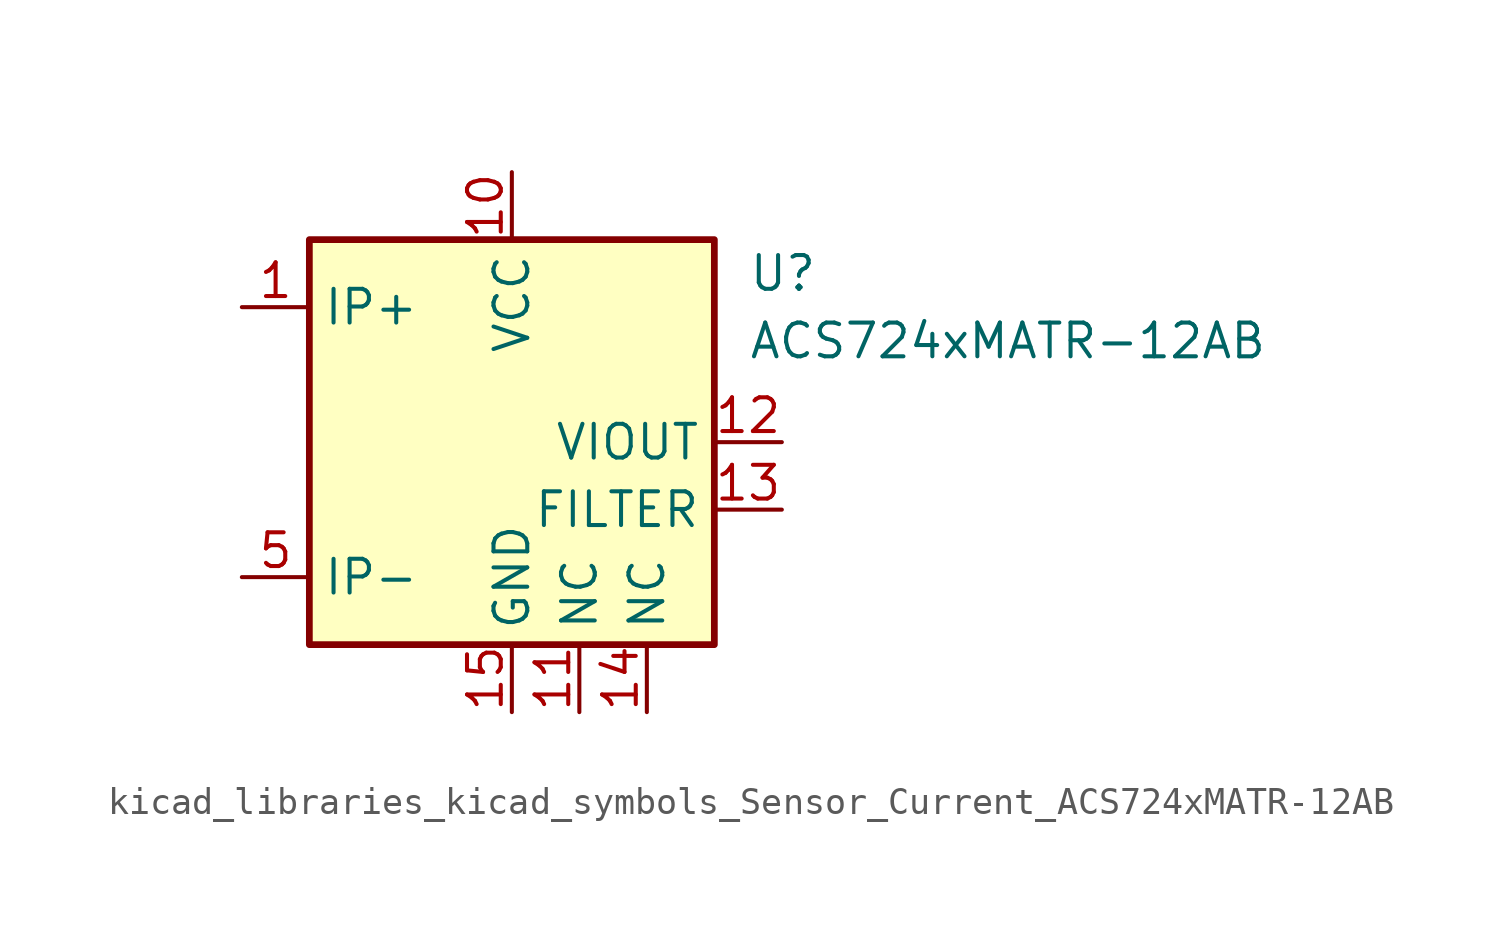
<source format=kicad_sym>
(kicad_symbol_lib
  (version 20220914)
  (generator kicad_symbol_editor)
  (symbol "kicad_libraries_kicad_symbols_Sensor_Current_ACS724xMATR-12AB"
    (property "Reference" "U"
      (at 8.89 6.35 0)
      (effects (font (size 1.27 1.27)) (justify left)))
    (property "Value" "ACS724xMATR-12AB"
      (at 8.89 3.81 0)
      (effects (font (size 1.27 1.27)) (justify left)))
    (symbol "kicad_libraries_kicad_symbols_Sensor_Current_ACS724xMATR-12AB_0_1"
      (rectangle (start -7.62 7.62) (end 7.62 -7.62) (stroke (width 0.254) (type default)) (fill (type background))))
    (symbol "kicad_libraries_kicad_symbols_Sensor_Current_ACS724xMATR-12AB_1_1"
      (pin passive line (at -10.16 5.08 0) (length 2.54) (name "IP+" (effects (font (size 1.27 1.27)))) (number "1" (effects (font (size 1.27 1.27)))))
      (pin power_in line (at 0 10.16 270) (length 2.54) (name "VCC" (effects (font (size 1.27 1.27)))) (number "10" (effects (font (size 1.27 1.27)))))
      (pin passive line (at 2.54 -10.16 90) (length 2.54) (name "NC" (effects (font (size 1.27 1.27)))) (number "11" (effects (font (size 1.27 1.27)))))
      (pin output line (at 10.16 0 180) (length 2.54) (name "VIOUT" (effects (font (size 1.27 1.27)))) (number "12" (effects (font (size 1.27 1.27)))))
      (pin passive line (at 10.16 -2.54 180) (length 2.54) (name "FILTER" (effects (font (size 1.27 1.27)))) (number "13" (effects (font (size 1.27 1.27)))))
      (pin passive line (at 5.08 -10.16 90) (length 2.54) (name "NC" (effects (font (size 1.27 1.27)))) (number "14" (effects (font (size 1.27 1.27)))))
      (pin power_in line (at 0 -10.16 90) (length 2.54) (name "GND" (effects (font (size 1.27 1.27)))) (number "15" (effects (font (size 1.27 1.27)))))
      (pin no_connect line (at 7.62 2.54 180) (length 2.54) hide (name "NC" (effects (font (size 1.27 1.27)))) (number "16" (effects (font (size 1.27 1.27)))))
      (pin passive line (at -10.16 5.08 0) (length 2.54) hide (name "IP+" (effects (font (size 1.27 1.27)))) (number "2" (effects (font (size 1.27 1.27)))))
      (pin passive line (at -10.16 5.08 0) (length 2.54) hide (name "IP+" (effects (font (size 1.27 1.27)))) (number "3" (effects (font (size 1.27 1.27)))))
      (pin passive line (at -10.16 5.08 0) (length 2.54) hide (name "IP+" (effects (font (size 1.27 1.27)))) (number "4" (effects (font (size 1.27 1.27)))))
      (pin passive line (at -10.16 -5.08 0) (length 2.54) (name "IP-" (effects (font (size 1.27 1.27)))) (number "5" (effects (font (size 1.27 1.27)))))
      (pin passive line (at -10.16 -5.08 0) (length 2.54) hide (name "IP-" (effects (font (size 1.27 1.27)))) (number "6" (effects (font (size 1.27 1.27)))))
      (pin passive line (at -10.16 -5.08 0) (length 2.54) hide (name "IP-" (effects (font (size 1.27 1.27)))) (number "7" (effects (font (size 1.27 1.27)))))
      (pin passive line (at -10.16 -5.08 0) (length 2.54) hide (name "IP-" (effects (font (size 1.27 1.27)))) (number "8" (effects (font (size 1.27 1.27)))))
      (pin no_connect line (at 7.62 5.08 180) (length 2.54) hide (name "NC" (effects (font (size 1.27 1.27)))) (number "9" (effects (font (size 1.27 1.27))))))))
</source>
